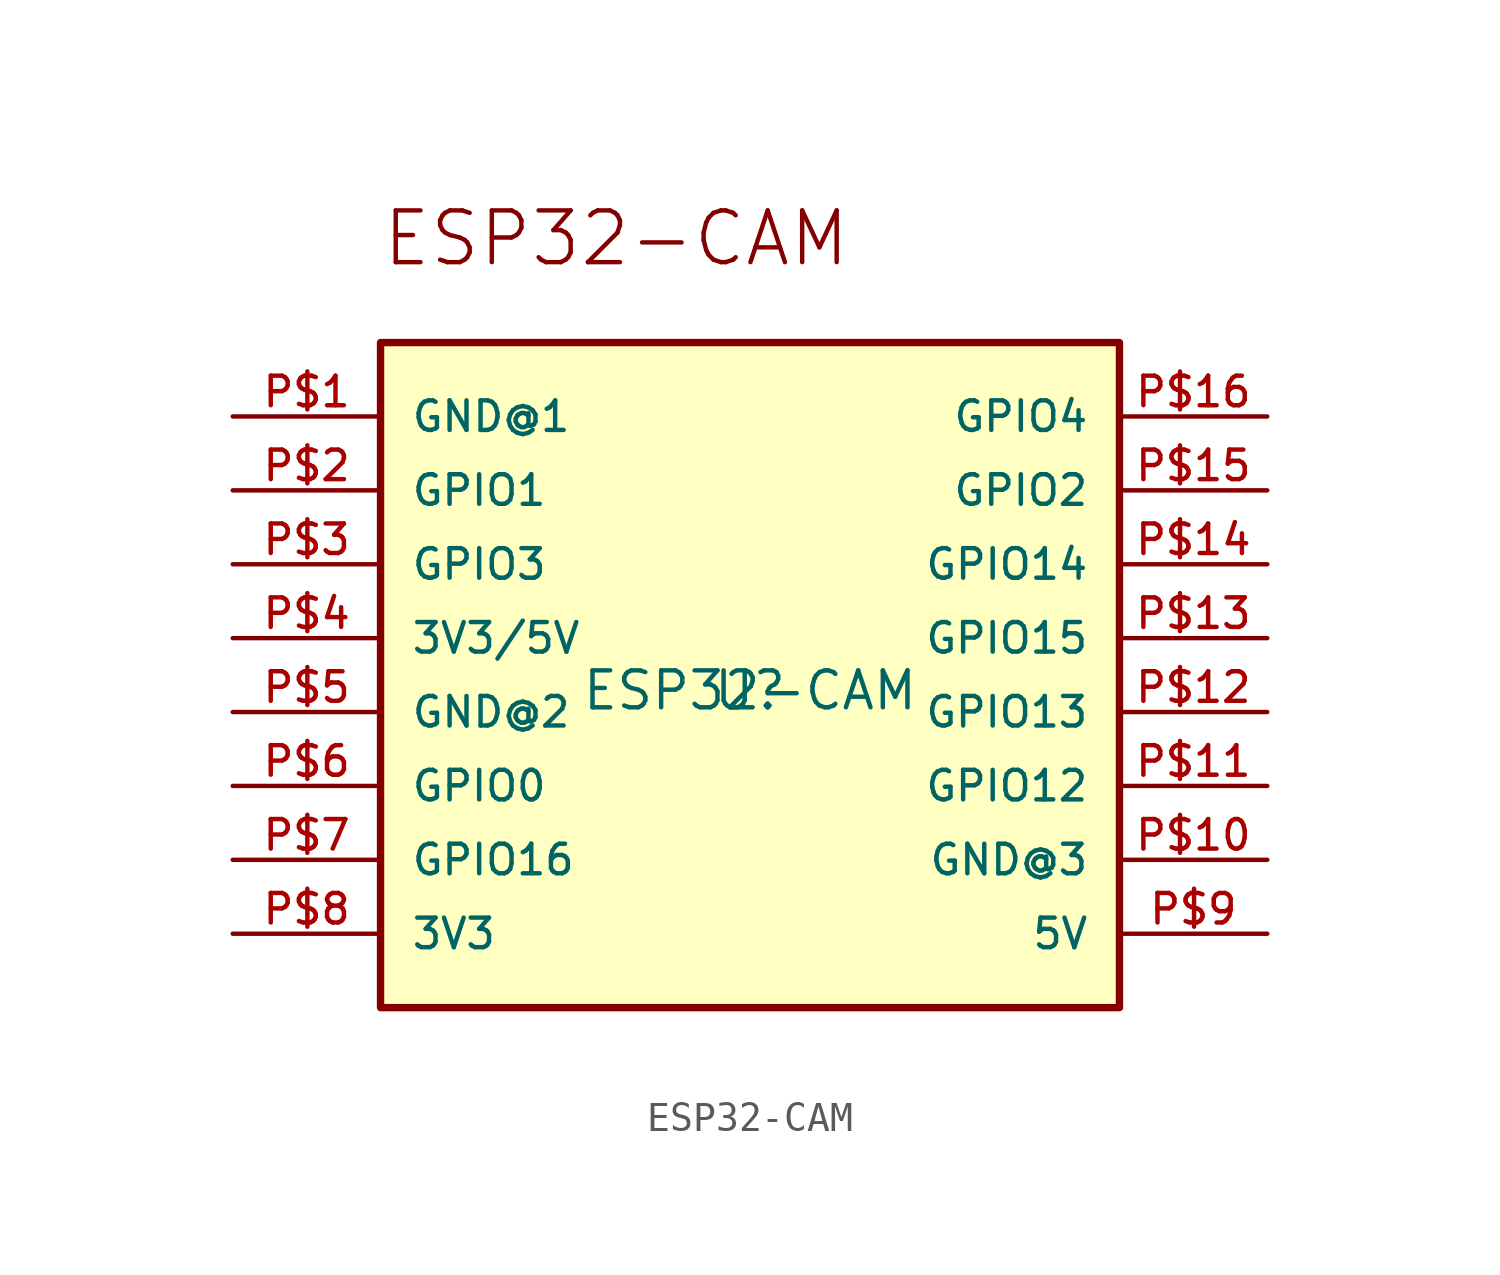
<source format=kicad_sym>
(kicad_symbol_lib
  (version 20231120)
  (generator "kicad_symbol_editor")
  (generator_version "8.0")
  (symbol "ESP32-CAM"
    (pin_names
      (offset 1.016))
    (property "Reference" "U"
      (at 0 0 0)
      (effects (font (size 1.27 1.27)) (justify bottom)))
    (property "Value" "ESP32-CAM"
      (at 0 0 0)
      (effects (font (size 1.27 1.27)) (justify bottom)))
    (symbol "ESP32-CAM_0_0"
      (rectangle (start -12.7 -10.16) (end 12.7 12.7) (stroke (width 0.254) (type default)) (fill (type background)))
      (text "ESP32-CAM" (at -12.7 15.24 0) (effects (font (size 1.778 1.778)) (justify left bottom)))
      (pin bidirectional line (at -17.78 10.16 0) (length 5.08) (name "GND@1" (effects (font (size 1.016 1.016)))) (number "P$1" (effects (font (size 1.016 1.016)))))
      (pin bidirectional line (at 17.78 -5.08 180) (length 5.08) (name "GND@3" (effects (font (size 1.016 1.016)))) (number "P$10" (effects (font (size 1.016 1.016)))))
      (pin bidirectional line (at 17.78 -2.54 180) (length 5.08) (name "GPIO12" (effects (font (size 1.016 1.016)))) (number "P$11" (effects (font (size 1.016 1.016)))))
      (pin bidirectional line (at 17.78 0 180) (length 5.08) (name "GPIO13" (effects (font (size 1.016 1.016)))) (number "P$12" (effects (font (size 1.016 1.016)))))
      (pin bidirectional line (at 17.78 2.54 180) (length 5.08) (name "GPIO15" (effects (font (size 1.016 1.016)))) (number "P$13" (effects (font (size 1.016 1.016)))))
      (pin bidirectional line (at 17.78 5.08 180) (length 5.08) (name "GPIO14" (effects (font (size 1.016 1.016)))) (number "P$14" (effects (font (size 1.016 1.016)))))
      (pin bidirectional line (at 17.78 7.62 180) (length 5.08) (name "GPIO2" (effects (font (size 1.016 1.016)))) (number "P$15" (effects (font (size 1.016 1.016)))))
      (pin bidirectional line (at 17.78 10.16 180) (length 5.08) (name "GPIO4" (effects (font (size 1.016 1.016)))) (number "P$16" (effects (font (size 1.016 1.016)))))
      (pin bidirectional line (at -17.78 7.62 0) (length 5.08) (name "GPIO1" (effects (font (size 1.016 1.016)))) (number "P$2" (effects (font (size 1.016 1.016)))))
      (pin bidirectional line (at -17.78 5.08 0) (length 5.08) (name "GPIO3" (effects (font (size 1.016 1.016)))) (number "P$3" (effects (font (size 1.016 1.016)))))
      (pin bidirectional line (at -17.78 2.54 0) (length 5.08) (name "3V3/5V" (effects (font (size 1.016 1.016)))) (number "P$4" (effects (font (size 1.016 1.016)))))
      (pin bidirectional line (at -17.78 0 0) (length 5.08) (name "GND@2" (effects (font (size 1.016 1.016)))) (number "P$5" (effects (font (size 1.016 1.016)))))
      (pin bidirectional line (at -17.78 -2.54 0) (length 5.08) (name "GPIO0" (effects (font (size 1.016 1.016)))) (number "P$6" (effects (font (size 1.016 1.016)))))
      (pin bidirectional line (at -17.78 -5.08 0) (length 5.08) (name "GPIO16" (effects (font (size 1.016 1.016)))) (number "P$7" (effects (font (size 1.016 1.016)))))
      (pin bidirectional line (at -17.78 -7.62 0) (length 5.08) (name "3V3" (effects (font (size 1.016 1.016)))) (number "P$8" (effects (font (size 1.016 1.016)))))
      (pin bidirectional line (at 17.78 -7.62 180) (length 5.08) (name "5V" (effects (font (size 1.016 1.016)))) (number "P$9" (effects (font (size 1.016 1.016))))))))
</source>
